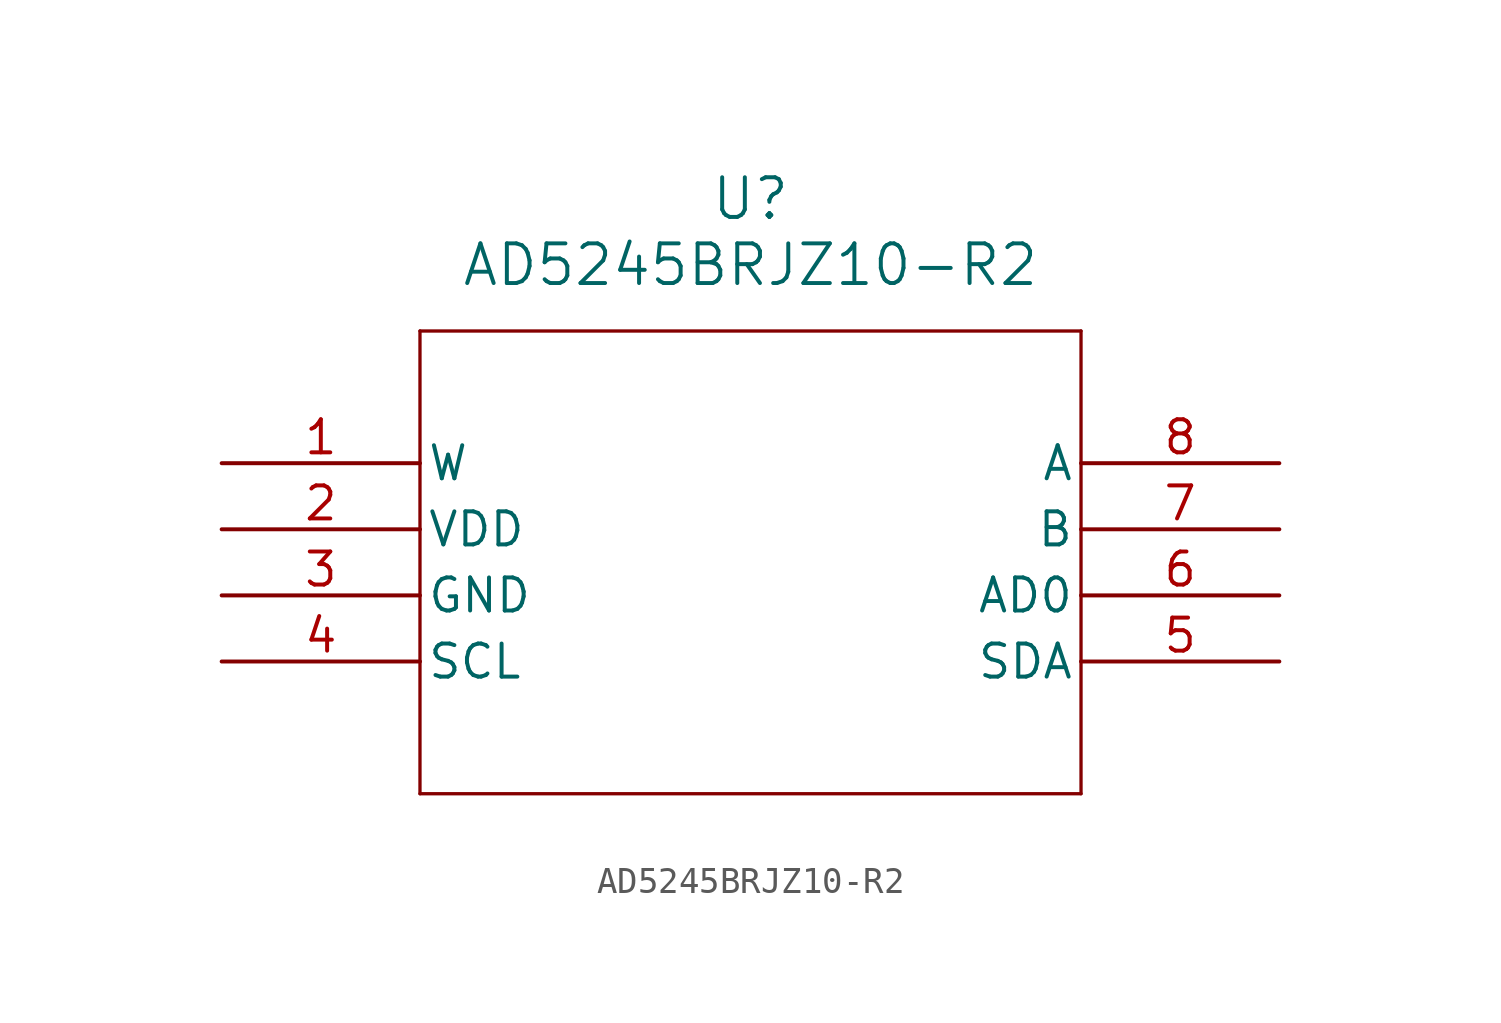
<source format=kicad_sym>
(kicad_symbol_lib
  (version 20211014)
  (generator kicad_symbol_editor)
  (symbol "AD5245BRJZ10-R2"
    (pin_names
      (offset 0.254))
    (property "Reference" "U"
      (at 20.32 10.16 0)
      (effects (font (size 1.524 1.524))))
    (property "Value" "AD5245BRJZ10-R2"
      (at 20.32 7.62 0)
      (effects (font (size 1.524 1.524))))
    (symbol "AD5245BRJZ10-R2_0_1"
      (polyline (pts (xy 7.62 5.08) (xy 7.62 -12.7)) (stroke (width 0.127) (type default) (color 0 0 0 0)) (fill (type none)))
      (polyline (pts (xy 7.62 -12.7) (xy 33.02 -12.7)) (stroke (width 0.127) (type default) (color 0 0 0 0)) (fill (type none)))
      (polyline (pts (xy 33.02 -12.7) (xy 33.02 5.08)) (stroke (width 0.127) (type default) (color 0 0 0 0)) (fill (type none)))
      (polyline (pts (xy 33.02 5.08) (xy 7.62 5.08)) (stroke (width 0.127) (type default) (color 0 0 0 0)) (fill (type none)))
      (pin unspecified line (at 0 0 0) (length 7.62) (name "W" (effects (font (size 1.27 1.27)))) (number "1" (effects (font (size 1.27 1.27)))))
      (pin power_in line (at 0 -2.54 0) (length 7.62) (name "VDD" (effects (font (size 1.27 1.27)))) (number "2" (effects (font (size 1.27 1.27)))))
      (pin unspecified line (at 0 -5.08 0) (length 7.62) (name "GND" (effects (font (size 1.27 1.27)))) (number "3" (effects (font (size 1.27 1.27)))))
      (pin unspecified line (at 0 -7.62 0) (length 7.62) (name "SCL" (effects (font (size 1.27 1.27)))) (number "4" (effects (font (size 1.27 1.27)))))
      (pin unspecified line (at 40.64 -7.62 180) (length 7.62) (name "SDA" (effects (font (size 1.27 1.27)))) (number "5" (effects (font (size 1.27 1.27)))))
      (pin unspecified line (at 40.64 -5.08 180) (length 7.62) (name "AD0" (effects (font (size 1.27 1.27)))) (number "6" (effects (font (size 1.27 1.27)))))
      (pin unspecified line (at 40.64 -2.54 180) (length 7.62) (name "B" (effects (font (size 1.27 1.27)))) (number "7" (effects (font (size 1.27 1.27)))))
      (pin unspecified line (at 40.64 0 180) (length 7.62) (name "A" (effects (font (size 1.27 1.27)))) (number "8" (effects (font (size 1.27 1.27))))))))
</source>
